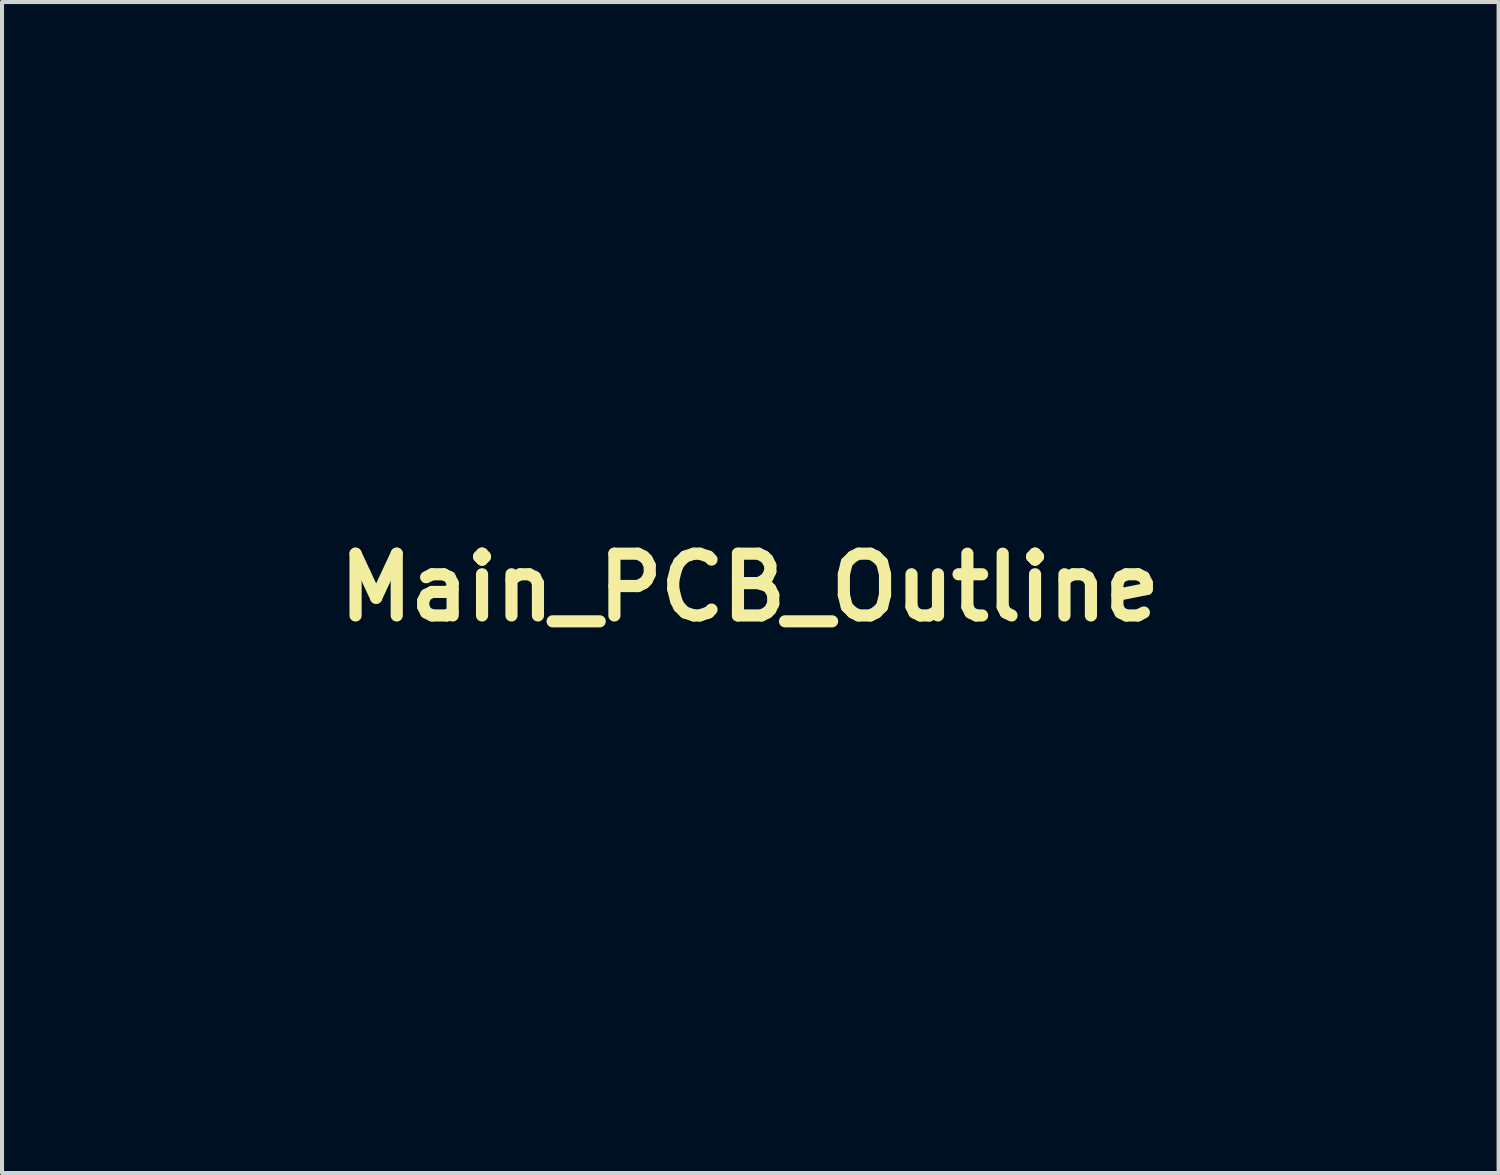
<source format=kicad_pcb>
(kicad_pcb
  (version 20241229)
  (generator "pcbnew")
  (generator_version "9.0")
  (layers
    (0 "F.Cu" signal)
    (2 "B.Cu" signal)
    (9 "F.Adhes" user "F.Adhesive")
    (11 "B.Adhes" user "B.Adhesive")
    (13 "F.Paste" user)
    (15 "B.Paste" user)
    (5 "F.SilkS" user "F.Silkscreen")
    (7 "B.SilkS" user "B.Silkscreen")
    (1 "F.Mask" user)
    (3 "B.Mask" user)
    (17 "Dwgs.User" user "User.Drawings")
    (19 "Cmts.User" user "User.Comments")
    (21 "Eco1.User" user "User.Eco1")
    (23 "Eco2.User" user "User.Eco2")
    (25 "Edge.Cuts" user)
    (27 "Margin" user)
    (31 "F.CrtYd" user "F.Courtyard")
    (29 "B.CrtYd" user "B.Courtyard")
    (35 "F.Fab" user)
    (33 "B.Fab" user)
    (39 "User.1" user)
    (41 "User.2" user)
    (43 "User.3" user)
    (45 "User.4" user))
  (footprint "Main_PCB_Outline"
    (layer "F.Cu")
    (at 15.447 11.445)
    (property "Reference" "Main_PCB_Outline" (at 0 0 0) (layer "F.SilkS") (effects (font (size 1.524 1.524) (thickness 0.3))))
    (attr board_only exclude_from_pos_files exclude_from_bom)
    (fp_poly (pts (xy 15.418 -5.011) (xy 15.411 1.373) (xy 15.194 1.41) (xy 14.914 1.485) (xy 14.642 1.611) (xy 14.387 1.78) (xy 14.159 1.985) (xy 13.967 2.219) (xy 13.839 2.436) (xy 13.716 2.748) (xy 13.648 3.065) (xy 13.632 3.381) (xy 13.668 3.691) (xy 13.751 3.988) (xy 13.882 4.269) (xy 14.058 4.526) (xy 14.276 4.754) (xy 14.535 4.947) (xy 14.753 5.066) (xy 14.861 5.109) (xy 14.994 5.154) (xy 15.137 5.195) (xy 15.269 5.227) (xy 15.375 5.245) (xy 15.414 5.248) (xy 15.415 5.277) (xy 15.417 5.359) (xy 15.418 5.492) (xy 15.42 5.672) (xy 15.421 5.895) (xy 15.422 6.156) (xy 15.423 6.453) (xy 15.424 6.782) (xy 15.425 7.139) (xy 15.425 7.519) (xy 15.425 7.92) (xy 15.426 8.322) (xy 15.426 11.395) (xy -15.397 11.395) (xy -15.39 8.386) (xy -5.361 8.386) (xy -5.322 8.531) (xy -5.245 8.657) (xy -5.136 8.755) (xy -5.003 8.82) (xy -4.852 8.844) (xy -4.689 8.821) (xy -4.58 8.778) (xy -4.457 8.686) (xy -4.37 8.558) (xy -4.324 8.408) (xy -4.322 8.329) (xy -3.078 8.329) (xy -3.046 8.5) (xy -2.97 8.642) (xy -2.859 8.75) (xy -2.722 8.82) (xy -2.567 8.847) (xy -2.402 8.827) (xy -2.25 8.762) (xy -2.144 8.669) (xy -2.071 8.54) (xy -2.034 8.39) (xy -2.034 8.369) (xy -0.779 8.369) (xy -0.746 8.518) (xy -0.674 8.651) (xy -0.562 8.758) (xy -0.541 8.771) (xy -0.388 8.831) (xy -0.22 8.844) (xy -0.056 8.81) (xy 0.014 8.777) (xy 0.141 8.678) (xy 0.22 8.548) (xy 0.253 8.387) (xy 1.515 8.387) (xy 1.548 8.534) (xy 1.62 8.662) (xy 1.725 8.757) (xy 1.895 8.83) (xy 2.069 8.847) (xy 2.243 8.806) (xy 2.329 8.764) (xy 2.403 8.703) (xy 2.472 8.62) (xy 2.487 8.596) (xy 2.535 8.468) (xy 2.545 8.365) (xy 3.797 8.365) (xy 3.834 8.523) (xy 3.917 8.662) (xy 4.043 8.772) (xy 4.048 8.775) (xy 4.193 8.831) (xy 4.355 8.844) (xy 4.515 8.813) (xy 4.595 8.777) (xy 4.722 8.678) (xy 4.801 8.548) (xy 4.835 8.384) (xy 4.836 8.292) (xy 4.822 8.16) (xy 4.793 8.065) (xy 4.759 8.009) (xy 4.648 7.897) (xy 4.509 7.827) (xy 4.357 7.799) (xy 4.202 7.812) (xy 4.057 7.865) (xy 3.935 7.958) (xy 3.872 8.041) (xy 3.809 8.201) (xy 3.797 8.365) (xy 2.545 8.365) (xy 2.55 8.317) (xy 2.534 8.166) (xy 2.487 8.037) (xy 2.469 8.009) (xy 2.359 7.901) (xy 2.216 7.83) (xy 2.057 7.8) (xy 1.896 7.812) (xy 1.756 7.865) (xy 1.641 7.961) (xy 1.562 8.088) (xy 1.52 8.234) (xy 1.515 8.387) (xy 0.253 8.387) (xy 0.254 8.384) (xy 0.254 8.292) (xy 0.241 8.16) (xy 0.211 8.065) (xy 0.178 8.009) (xy 0.068 7.901) (xy -0.075 7.83) (xy -0.235 7.8) (xy -0.398 7.813) (xy -0.522 7.858) (xy -0.644 7.95) (xy -0.727 8.073) (xy -0.772 8.217) (xy -0.779 8.369) (xy -2.034 8.369) (xy -2.035 8.233) (xy -2.077 8.084) (xy -2.096 8.047) (xy -2.195 7.928) (xy -2.328 7.845) (xy -2.481 7.802) (xy -2.642 7.803) (xy -2.798 7.851) (xy -2.825 7.865) (xy -2.935 7.957) (xy -3.02 8.086) (xy -3.07 8.23) (xy -3.078 8.329) (xy -4.322 8.329) (xy -4.32 8.249) (xy -4.364 8.091) (xy -4.387 8.047) (xy -4.485 7.926) (xy -4.613 7.844) (xy -4.758 7.803) (xy -4.91 7.801) (xy -5.055 7.838) (xy -5.184 7.915) (xy -5.283 8.031) (xy -5.299 8.06) (xy -5.356 8.226) (xy -5.361 8.386) (xy -15.39 8.386) (xy -15.389 8.316) (xy -15.385 6.336) (xy -13.613 6.336) (xy -13.612 6.483) (xy -13.606 6.59) (xy -13.592 6.671) (xy -13.569 6.743) (xy -13.538 6.814) (xy -13.405 7.031) (xy -13.235 7.207) (xy -13.035 7.34) (xy -12.812 7.427) (xy -12.574 7.464) (xy -12.326 7.449) (xy -12.097 7.388) (xy -11.876 7.276) (xy -11.691 7.123) (xy -11.547 6.932) (xy -11.448 6.711) (xy -11.396 6.465) (xy -11.393 6.394) (xy -6.508 6.394) (xy -6.474 6.548) (xy -6.431 6.632) (xy -6.317 6.755) (xy -6.174 6.834) (xy -6.012 6.866) (xy -5.845 6.849) (xy -5.753 6.817) (xy -5.62 6.728) (xy -5.526 6.607) (xy -5.472 6.464) (xy -5.46 6.326) (xy -4.233 6.326) (xy -4.207 6.495) (xy -4.135 6.639) (xy -4.027 6.752) (xy -3.892 6.83) (xy -3.739 6.865) (xy -3.577 6.853) (xy -3.45 6.807) (xy -3.317 6.712) (xy -3.227 6.589) (xy -3.178 6.448) (xy -3.175 6.413) (xy -1.926 6.413) (xy -1.885 6.56) (xy -1.803 6.69) (xy -1.679 6.793) (xy -1.646 6.811) (xy -1.477 6.863) (xy -1.304 6.859) (xy -1.172 6.817) (xy -1.038 6.728) (xy -0.944 6.606) (xy -0.889 6.464) (xy -0.876 6.312) (xy -0.881 6.284) (xy 0.353 6.284) (xy 0.356 6.368) (xy 0.38 6.481) (xy 0.381 6.485) (xy 0.446 6.635) (xy 0.551 6.751) (xy 0.686 6.829) (xy 0.841 6.866) (xy 1.004 6.855) (xy 1.119 6.817) (xy 1.254 6.726) (xy 1.35 6.601) (xy 1.404 6.454) (xy 1.409 6.374) (xy 2.655 6.374) (xy 2.68 6.527) (xy 2.721 6.619) (xy 2.832 6.746) (xy 2.973 6.829) (xy 3.133 6.867) (xy 3.301 6.854) (xy 3.409 6.817) (xy 3.545 6.726) (xy 3.642 6.601) (xy 3.696 6.453) (xy 3.703 6.336) (xy 11.381 6.336) (xy 11.382 6.475) (xy 11.39 6.576) (xy 11.406 6.658) (xy 11.436 6.739) (xy 11.472 6.818) (xy 11.603 7.031) (xy 11.773 7.206) (xy 11.972 7.339) (xy 12.194 7.428) (xy 12.43 7.468) (xy 12.673 7.457) (xy 12.904 7.396) (xy 13.121 7.284) (xy 13.306 7.127) (xy 13.454 6.934) (xy 13.559 6.713) (xy 13.614 6.472) (xy 13.616 6.448) (xy 13.612 6.193) (xy 13.555 5.952) (xy 13.448 5.733) (xy 13.295 5.541) (xy 13.1 5.385) (xy 12.966 5.311) (xy 12.886 5.276) (xy 12.812 5.253) (xy 12.73 5.241) (xy 12.622 5.235) (xy 12.483 5.234) (xy 12.339 5.236) (xy 12.237 5.241) (xy 12.159 5.254) (xy 12.091 5.276) (xy 12.015 5.312) (xy 11.988 5.326) (xy 11.77 5.47) (xy 11.594 5.653) (xy 11.47 5.857) (xy 11.428 5.951) (xy 11.402 6.03) (xy 11.388 6.114) (xy 11.382 6.221) (xy 11.381 6.336) (xy 3.703 6.336) (xy 3.706 6.293) (xy 3.667 6.133) (xy 3.614 6.031) (xy 3.514 5.918) (xy 3.387 5.846) (xy 3.234 5.809) (xy 3.084 5.816) (xy 2.936 5.87) (xy 2.807 5.962) (xy 2.725 6.067) (xy 2.67 6.213) (xy 2.655 6.374) (xy 1.409 6.374) (xy 1.414 6.294) (xy 1.376 6.133) (xy 1.322 6.029) (xy 1.214 5.914) (xy 1.08 5.843) (xy 0.932 5.813) (xy 0.78 5.826) (xy 0.637 5.878) (xy 0.513 5.971) (xy 0.42 6.1) (xy 0.373 6.203) (xy 0.353 6.284) (xy -0.881 6.284) (xy -0.903 6.161) (xy -0.972 6.023) (xy -1.084 5.908) (xy -1.121 5.883) (xy -1.258 5.829) (xy -1.416 5.815) (xy -1.574 5.842) (xy -1.671 5.883) (xy -1.798 5.985) (xy -1.883 6.115) (xy -1.926 6.261) (xy -1.926 6.413) (xy -3.175 6.413) (xy -3.168 6.301) (xy -3.198 6.156) (xy -3.266 6.025) (xy -3.371 5.917) (xy -3.511 5.843) (xy -3.553 5.831) (xy -3.726 5.813) (xy -3.887 5.846) (xy -4.027 5.925) (xy -4.134 6.045) (xy -4.171 6.115) (xy -4.207 6.21) (xy -4.229 6.293) (xy -4.233 6.326) (xy -5.46 6.326) (xy -5.458 6.312) (xy -5.485 6.162) (xy -5.554 6.023) (xy -5.665 5.909) (xy -5.703 5.883) (xy -5.843 5.827) (xy -5.998 5.815) (xy -6.152 5.843) (xy -6.293 5.908) (xy -6.406 6.006) (xy -6.455 6.081) (xy -6.502 6.231) (xy -6.508 6.394) (xy -11.393 6.394) (xy -11.39 6.336) (xy -11.416 6.075) (xy -11.493 5.842) (xy -11.62 5.637) (xy -11.796 5.462) (xy -11.894 5.392) (xy -12.074 5.296) (xy -12.264 5.24) (xy -12.478 5.221) (xy -12.607 5.225) (xy -12.855 5.267) (xy -13.08 5.36) (xy -13.275 5.502) (xy -13.438 5.688) (xy -13.528 5.843) (xy -13.566 5.925) (xy -13.591 5.997) (xy -13.605 6.073) (xy -13.612 6.173) (xy -13.613 6.311) (xy -13.613 6.336) (xy -15.385 6.336) (xy -15.382 5.237) (xy -15.194 5.202) (xy -14.886 5.116) (xy -14.6 4.98) (xy -14.342 4.798) (xy -14.116 4.574) (xy -13.97 4.372) (xy -5.368 4.372) (xy -5.344 4.516) (xy -5.282 4.648) (xy -5.187 4.759) (xy -5.062 4.84) (xy -4.913 4.881) (xy -4.77 4.88) (xy -4.672 4.859) (xy -4.585 4.829) (xy -4.576 4.824) (xy -4.49 4.759) (xy -4.407 4.662) (xy -4.346 4.556) (xy -4.334 4.523) (xy -4.316 4.397) (xy -4.322 4.317) (xy -3.076 4.317) (xy -3.06 4.478) (xy -3.001 4.627) (xy -2.905 4.751) (xy -2.776 4.841) (xy -2.686 4.873) (xy -2.561 4.885) (xy -2.42 4.869) (xy -2.299 4.831) (xy -2.291 4.827) (xy -2.158 4.728) (xy -2.07 4.594) (xy -2.028 4.43) (xy -2.026 4.354) (xy -2.034 4.305) (xy -0.782 4.305) (xy -0.771 4.462) (xy -0.722 4.61) (xy -0.64 4.732) (xy -0.587 4.779) (xy -0.435 4.855) (xy -0.267 4.884) (xy -0.1 4.865) (xy 0 4.827) (xy 0.124 4.734) (xy 0.209 4.61) (xy 0.255 4.466) (xy 0.263 4.316) (xy 1.506 4.316) (xy 1.522 4.476) (xy 1.581 4.624) (xy 1.677 4.75) (xy 1.804 4.84) (xy 1.895 4.873) (xy 2.021 4.885) (xy 2.161 4.869) (xy 2.283 4.831) (xy 2.291 4.827) (xy 2.414 4.734) (xy 2.499 4.61) (xy 2.546 4.466) (xy 2.553 4.32) (xy 3.796 4.32) (xy 3.814 4.485) (xy 3.879 4.637) (xy 3.984 4.765) (xy 4.124 4.857) (xy 4.151 4.868) (xy 4.242 4.884) (xy 4.361 4.882) (xy 4.481 4.863) (xy 4.574 4.831) (xy 4.701 4.736) (xy 4.788 4.611) (xy 4.836 4.467) (xy 4.845 4.315) (xy 4.815 4.167) (xy 4.746 4.034) (xy 4.638 3.927) (xy 4.573 3.888) (xy 4.411 3.838) (xy 4.247 3.837) (xy 4.094 3.88) (xy 3.962 3.965) (xy 3.862 4.086) (xy 3.829 4.155) (xy 3.796 4.32) (xy 2.553 4.32) (xy 2.553 4.314) (xy 2.523 4.166) (xy 2.453 4.032) (xy 2.346 3.926) (xy 2.282 3.888) (xy 2.12 3.838) (xy 1.957 3.837) (xy 1.803 3.88) (xy 1.671 3.965) (xy 1.571 4.086) (xy 1.539 4.155) (xy 1.506 4.316) (xy 0.263 4.316) (xy 0.263 4.314) (xy 0.232 4.166) (xy 0.163 4.032) (xy 0.055 3.926) (xy -0.009 3.888) (xy -0.172 3.837) (xy -0.336 3.835) (xy -0.489 3.879) (xy -0.621 3.965) (xy -0.721 4.089) (xy -0.752 4.155) (xy -0.782 4.305) (xy -2.034 4.305) (xy -2.055 4.177) (xy -2.129 4.031) (xy -2.24 3.921) (xy -2.383 3.853) (xy -2.55 3.83) (xy -2.727 3.856) (xy -2.832 3.908) (xy -2.935 3.997) (xy -3.017 4.102) (xy -3.043 4.155) (xy -3.076 4.317) (xy -4.322 4.317) (xy -4.328 4.253) (xy -4.365 4.122) (xy -4.382 4.089) (xy -4.483 3.963) (xy -4.615 3.878) (xy -4.767 3.834) (xy -4.924 3.835) (xy -5.075 3.881) (xy -5.181 3.952) (xy -5.291 4.081) (xy -5.352 4.224) (xy -5.368 4.372) (xy -13.97 4.372) (xy -13.929 4.315) (xy -13.784 4.025) (xy -13.723 3.846) (xy -13.673 3.595) (xy -13.655 3.318) (xy -13.671 3.039) (xy -13.715 2.798) (xy -13.82 2.5) (xy -13.974 2.226) (xy -14.172 1.981) (xy -14.406 1.77) (xy -14.672 1.6) (xy -14.962 1.476) (xy -15.215 1.412) (xy -15.397 1.38) (xy -15.397 0.058) (xy 6.06 0.058) (xy 6.727 0.058) (xy 14.005 0.058) (xy 14.672 0.058) (xy 14.672 -0.87) (xy 14.005 -0.87) (xy 14.005 0.058) (xy 6.727 0.058) (xy 6.727 -0.87) (xy 6.06 -0.87) (xy 6.06 0.058) (xy -15.397 0.058) (xy -15.397 -2.465) (xy 6.06 -2.465) (xy 6.727 -2.465) (xy 14.005 -2.465) (xy 14.672 -2.465) (xy 14.672 -3.392) (xy 14.005 -3.392) (xy 14.005 -2.465) (xy 6.727 -2.465) (xy 6.727 -3.392) (xy 6.06 -3.392) (xy 6.06 -2.465) (xy -15.397 -2.465) (xy -15.397 -5.045) (xy 6.06 -5.045) (xy 6.727 -5.045) (xy 14.005 -5.045) (xy 14.672 -5.045) (xy 14.672 -5.886) (xy 14.005 -5.886) (xy 14.005 -5.045) (xy 6.727 -5.045) (xy 6.727 -5.886) (xy 6.06 -5.886) (xy 6.06 -5.045) (xy -15.397 -5.045) (xy -15.397 -7.539) (xy 6.06 -7.539) (xy 6.727 -7.539) (xy 14.005 -7.539) (xy 14.672 -7.539) (xy 14.672 -8.467) (xy 14.005 -8.467) (xy 14.005 -7.539) (xy 6.727 -7.539) (xy 6.727 -8.467) (xy 6.06 -8.467) (xy 6.06 -7.539) (xy -15.397 -7.539) (xy -15.397 -9.914) (xy -13.193 -9.914) (xy -13.183 -9.786) (xy -13.149 -9.689) (xy -13.127 -9.653) (xy -13.044 -9.564) (xy -12.929 -9.489) (xy -12.804 -9.438) (xy -12.714 -9.424) (xy -12.634 -9.437) (xy -12.536 -9.47) (xy -12.496 -9.489) (xy -12.361 -9.579) (xy -12.278 -9.692) (xy -12.242 -9.833) (xy -12.242 -9.915) (xy -10.655 -9.915) (xy -10.639 -9.79) (xy -10.583 -9.663) (xy -10.491 -9.55) (xy -10.378 -9.47) (xy -10.334 -9.452) (xy -10.214 -9.436) (xy -10.075 -9.447) (xy -9.946 -9.484) (xy -9.904 -9.504) (xy -9.823 -9.577) (xy -9.751 -9.686) (xy -9.701 -9.809) (xy -9.684 -9.913) (xy -9.69 -9.949) (xy -8.117 -9.949) (xy -8.11 -9.812) (xy -8.062 -9.681) (xy -7.973 -9.567) (xy -7.859 -9.489) (xy -7.736 -9.439) (xy -7.623 -9.426) (xy -7.493 -9.449) (xy -7.476 -9.453) (xy -7.387 -9.496) (xy -7.3 -9.564) (xy -7.281 -9.583) (xy -7.191 -9.723) (xy -7.164 -9.827) (xy -5.564 -9.827) (xy -5.552 -9.75) (xy -5.522 -9.683) (xy -5.504 -9.655) (xy -5.419 -9.565) (xy -5.303 -9.489) (xy -5.178 -9.437) (xy -5.089 -9.424) (xy -5.008 -9.437) (xy -4.911 -9.471) (xy -4.872 -9.489) (xy -4.75 -9.565) (xy -4.674 -9.654) (xy -4.635 -9.769) (xy -4.63 -9.839) (xy -3.028 -9.839) (xy -2.983 -9.691) (xy -2.893 -9.567) (xy -2.768 -9.481) (xy -2.619 -9.439) (xy -2.461 -9.442) (xy -2.309 -9.492) (xy -2.274 -9.512) (xy -2.194 -9.585) (xy -2.122 -9.691) (xy -2.073 -9.806) (xy -2.059 -9.889) (xy -2.062 -9.911) (xy -0.488 -9.911) (xy -0.457 -9.752) (xy -0.428 -9.683) (xy -0.34 -9.566) (xy -0.219 -9.483) (xy -0.079 -9.436) (xy 0.065 -9.43) (xy 0.201 -9.468) (xy 0.256 -9.502) (xy 0.376 -9.619) (xy 0.444 -9.759) (xy 0.464 -9.916) (xy 0.463 -9.925) (xy 2.059 -9.925) (xy 2.077 -9.763) (xy 2.134 -9.636) (xy 2.237 -9.532) (xy 2.24 -9.529) (xy 2.387 -9.45) (xy 2.54 -9.427) (xy 2.702 -9.462) (xy 2.743 -9.479) (xy 2.875 -9.566) (xy 2.962 -9.688) (xy 3.005 -9.847) (xy 3.005 -9.857) (xy 4.592 -9.857) (xy 4.63 -9.714) (xy 4.711 -9.589) (xy 4.834 -9.493) (xy 4.85 -9.484) (xy 5.006 -9.432) (xy 5.157 -9.435) (xy 5.296 -9.484) (xy 5.426 -9.576) (xy 5.515 -9.704) (xy 5.557 -9.855) (xy 5.555 -9.886) (xy 7.14 -9.886) (xy 7.173 -9.719) (xy 7.251 -9.589) (xy 7.374 -9.494) (xy 7.405 -9.479) (xy 7.549 -9.432) (xy 7.682 -9.435) (xy 7.824 -9.486) (xy 7.83 -9.489) (xy 7.964 -9.581) (xy 8.049 -9.699) (xy 8.087 -9.849) (xy 8.09 -9.916) (xy 8.087 -9.934) (xy 9.684 -9.934) (xy 9.692 -9.797) (xy 9.725 -9.69) (xy 9.823 -9.559) (xy 9.952 -9.472) (xy 10.101 -9.433) (xy 10.26 -9.444) (xy 10.381 -9.489) (xy 10.511 -9.584) (xy 10.597 -9.71) (xy 10.636 -9.857) (xy 10.628 -9.961) (xy 12.22 -9.961) (xy 12.229 -9.812) (xy 12.279 -9.671) (xy 12.355 -9.57) (xy 12.488 -9.474) (xy 12.642 -9.432) (xy 12.814 -9.444) (xy 12.851 -9.454) (xy 12.988 -9.52) (xy 13.093 -9.626) (xy 13.159 -9.761) (xy 13.182 -9.914) (xy 13.166 -10.032) (xy 13.1 -10.182) (xy 12.995 -10.296) (xy 12.863 -10.37) (xy 12.713 -10.4) (xy 12.557 -10.381) (xy 12.43 -10.327) (xy 12.322 -10.232) (xy 12.251 -10.106) (xy 12.22 -9.961) (xy 10.628 -9.961) (xy 10.624 -10.016) (xy 10.576 -10.149) (xy 10.485 -10.272) (xy 10.364 -10.353) (xy 10.225 -10.393) (xy 10.079 -10.39) (xy 9.939 -10.345) (xy 9.814 -10.257) (xy 9.75 -10.179) (xy 9.704 -10.07) (xy 9.684 -9.934) (xy 8.087 -9.934) (xy 8.065 -10.085) (xy 7.994 -10.223) (xy 7.882 -10.323) (xy 7.734 -10.38) (xy 7.611 -10.393) (xy 7.444 -10.368) (xy 7.308 -10.296) (xy 7.209 -10.185) (xy 7.151 -10.04) (xy 7.14 -9.886) (xy 5.555 -9.886) (xy 5.548 -10.021) (xy 5.54 -10.054) (xy 5.475 -10.196) (xy 5.373 -10.303) (xy 5.244 -10.372) (xy 5.1 -10.4) (xy 4.953 -10.383) (xy 4.812 -10.319) (xy 4.752 -10.273) (xy 4.652 -10.147) (xy 4.599 -10.005) (xy 4.592 -9.857) (xy 3.005 -9.857) (xy 3.008 -9.886) (xy 2.994 -10.056) (xy 2.932 -10.198) (xy 2.828 -10.305) (xy 2.689 -10.372) (xy 2.537 -10.393) (xy 2.369 -10.368) (xy 2.231 -10.297) (xy 2.13 -10.187) (xy 2.071 -10.043) (xy 2.059 -9.925) (xy 0.463 -9.925) (xy 0.439 -10.085) (xy 0.368 -10.223) (xy 0.256 -10.323) (xy 0.108 -10.38) (xy -0.014 -10.393) (xy -0.176 -10.368) (xy -0.31 -10.298) (xy -0.41 -10.193) (xy -0.471 -10.061) (xy -0.488 -9.911) (xy -2.062 -9.911) (xy -2.084 -10.054) (xy -2.151 -10.191) (xy -2.251 -10.298) (xy -2.375 -10.369) (xy -2.514 -10.401) (xy -2.658 -10.389) (xy -2.798 -10.329) (xy -2.877 -10.268) (xy -2.975 -10.14) (xy -3.026 -9.993) (xy -3.028 -9.839) (xy -4.63 -9.839) (xy -4.625 -9.911) (xy -4.629 -10.031) (xy -4.646 -10.114) (xy -4.681 -10.183) (xy -4.692 -10.2) (xy -4.802 -10.308) (xy -4.938 -10.373) (xy -5.087 -10.394) (xy -5.237 -10.373) (xy -5.375 -10.308) (xy -5.489 -10.2) (xy -5.49 -10.199) (xy -5.536 -10.103) (xy -5.559 -9.963) (xy -5.561 -9.938) (xy -5.564 -9.827) (xy -7.164 -9.827) (xy -7.152 -9.871) (xy -7.159 -10.016) (xy -7.209 -10.15) (xy -7.297 -10.263) (xy -7.419 -10.345) (xy -7.572 -10.389) (xy -7.64 -10.393) (xy -7.796 -10.369) (xy -7.924 -10.302) (xy -8.022 -10.204) (xy -8.087 -10.083) (xy -8.117 -9.949) (xy -9.69 -9.949) (xy -9.705 -10.037) (xy -9.76 -10.163) (xy -9.837 -10.269) (xy -9.897 -10.318) (xy -10.049 -10.382) (xy -10.2 -10.395) (xy -10.342 -10.364) (xy -10.467 -10.294) (xy -10.567 -10.192) (xy -10.632 -10.064) (xy -10.655 -9.915) (xy -12.242 -9.915) (xy -12.242 -9.932) (xy -12.275 -10.107) (xy -12.35 -10.242) (xy -12.464 -10.335) (xy -12.614 -10.384) (xy -12.714 -10.391) (xy -12.884 -10.367) (xy -13.022 -10.296) (xy -13.123 -10.184) (xy -13.18 -10.037) (xy -13.193 -9.914) (xy -15.397 -9.914) (xy -15.397 -11.395) (xy 15.426 -11.395)) (stroke (width 0.1) (type solid)) (fill no) (layer "Eco1.User")))
  (gr_rect
    (start -3 -3)
    (end 33.923 25.89)
    (stroke (width 0.1) (type default))
    (fill no)
    (layer "Edge.Cuts")))
</source>
